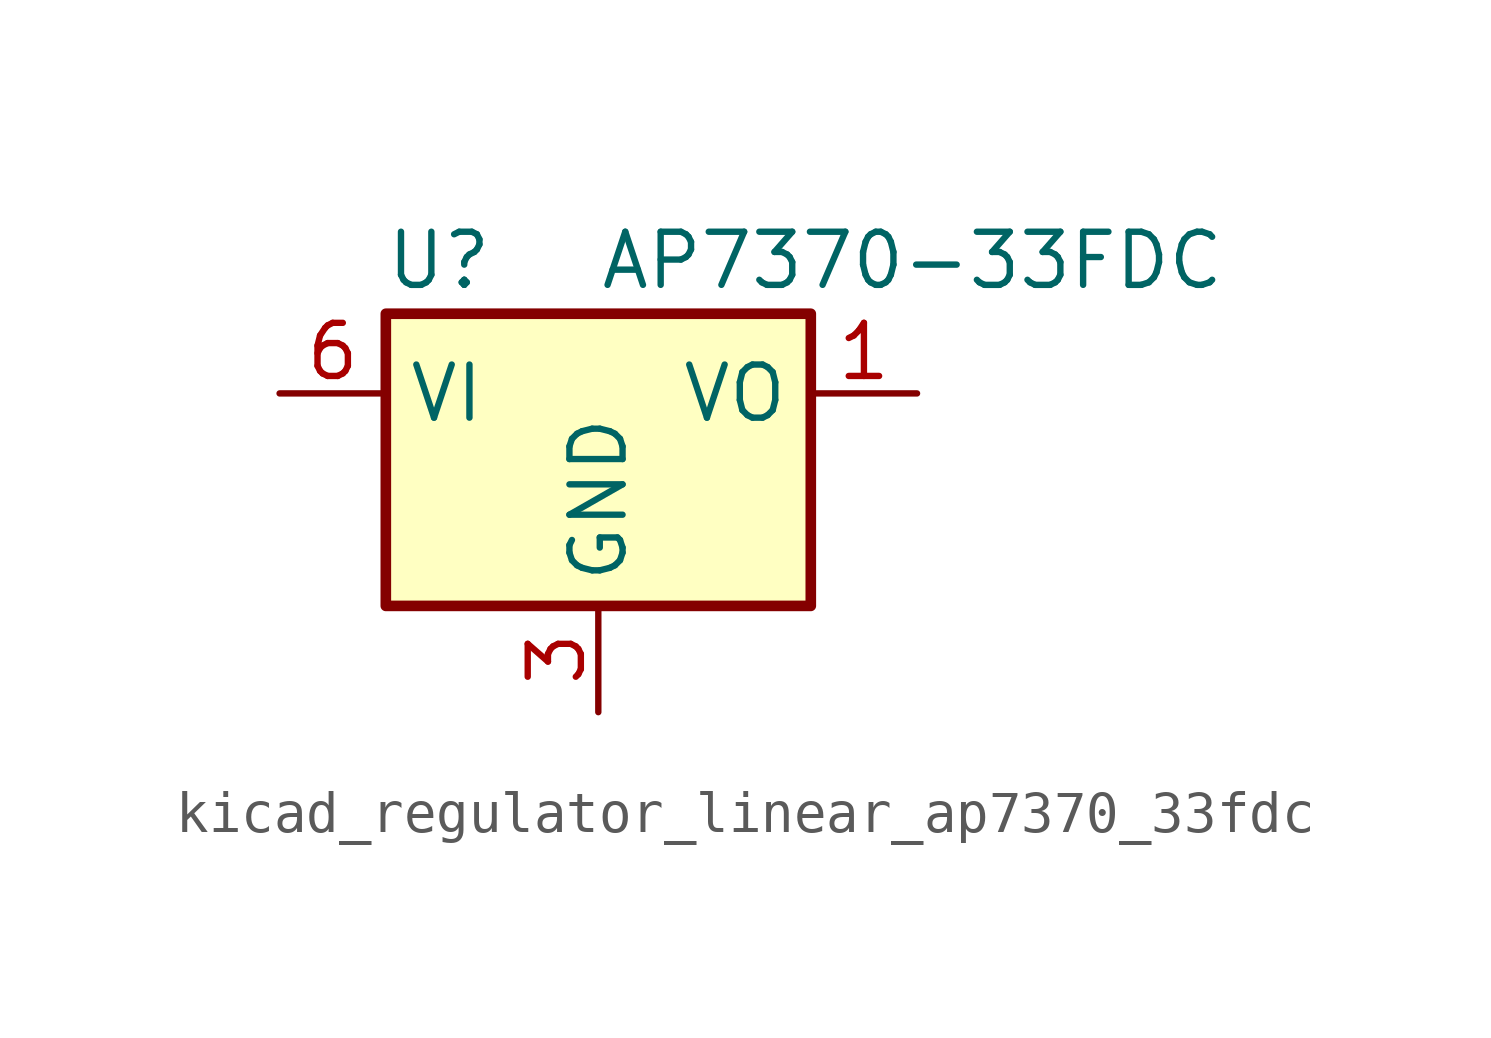
<source format=kicad_sym>
(kicad_symbol_lib
  (version 20220914)
  (generator kicad_symbol_editor)
  (symbol "kicad_regulator_linear_ap7370_33fdc"
    (property "Reference" "U"
      (at -3.81 3.175 0)
      (effects (font (size 1.27 1.27))))
    (property "Value" "AP7370-33FDC"
      (at 0 3.175 0)
      (effects (font (size 1.27 1.27)) (justify left)))
    (symbol "kicad_regulator_linear_ap7370_33fdc_0_1"
      (rectangle (start -5.08 -5.08) (end 5.08 1.905) (stroke (width 0.254) (type default)) (fill (type background))))
    (symbol "kicad_regulator_linear_ap7370_33fdc_1_1"
      (pin power_out line (at 7.62 0 180) (length 2.54) (name "VO" (effects (font (size 1.27 1.27)))) (number "1" (effects (font (size 1.27 1.27)))))
      (pin no_connect line (at -5.08 -2.54 0) (length 2.54) hide (name "NC" (effects (font (size 1.27 1.27)))) (number "2" (effects (font (size 1.27 1.27)))))
      (pin power_in line (at 0 -7.62 90) (length 2.54) (name "GND" (effects (font (size 1.27 1.27)))) (number "3" (effects (font (size 1.27 1.27)))))
      (pin no_connect line (at 5.08 -2.54 180) (length 2.54) hide (name "NC" (effects (font (size 1.27 1.27)))) (number "4" (effects (font (size 1.27 1.27)))))
      (pin no_connect line (at -5.08 -5.08 0) (length 2.54) hide (name "NC" (effects (font (size 1.27 1.27)))) (number "5" (effects (font (size 1.27 1.27)))))
      (pin power_in line (at -7.62 0 0) (length 2.54) (name "VI" (effects (font (size 1.27 1.27)))) (number "6" (effects (font (size 1.27 1.27)))))
      (pin passive line (at 0 -7.62 90) (length 2.54) hide (name "GND" (effects (font (size 1.27 1.27)))) (number "7" (effects (font (size 1.27 1.27))))))))
</source>
